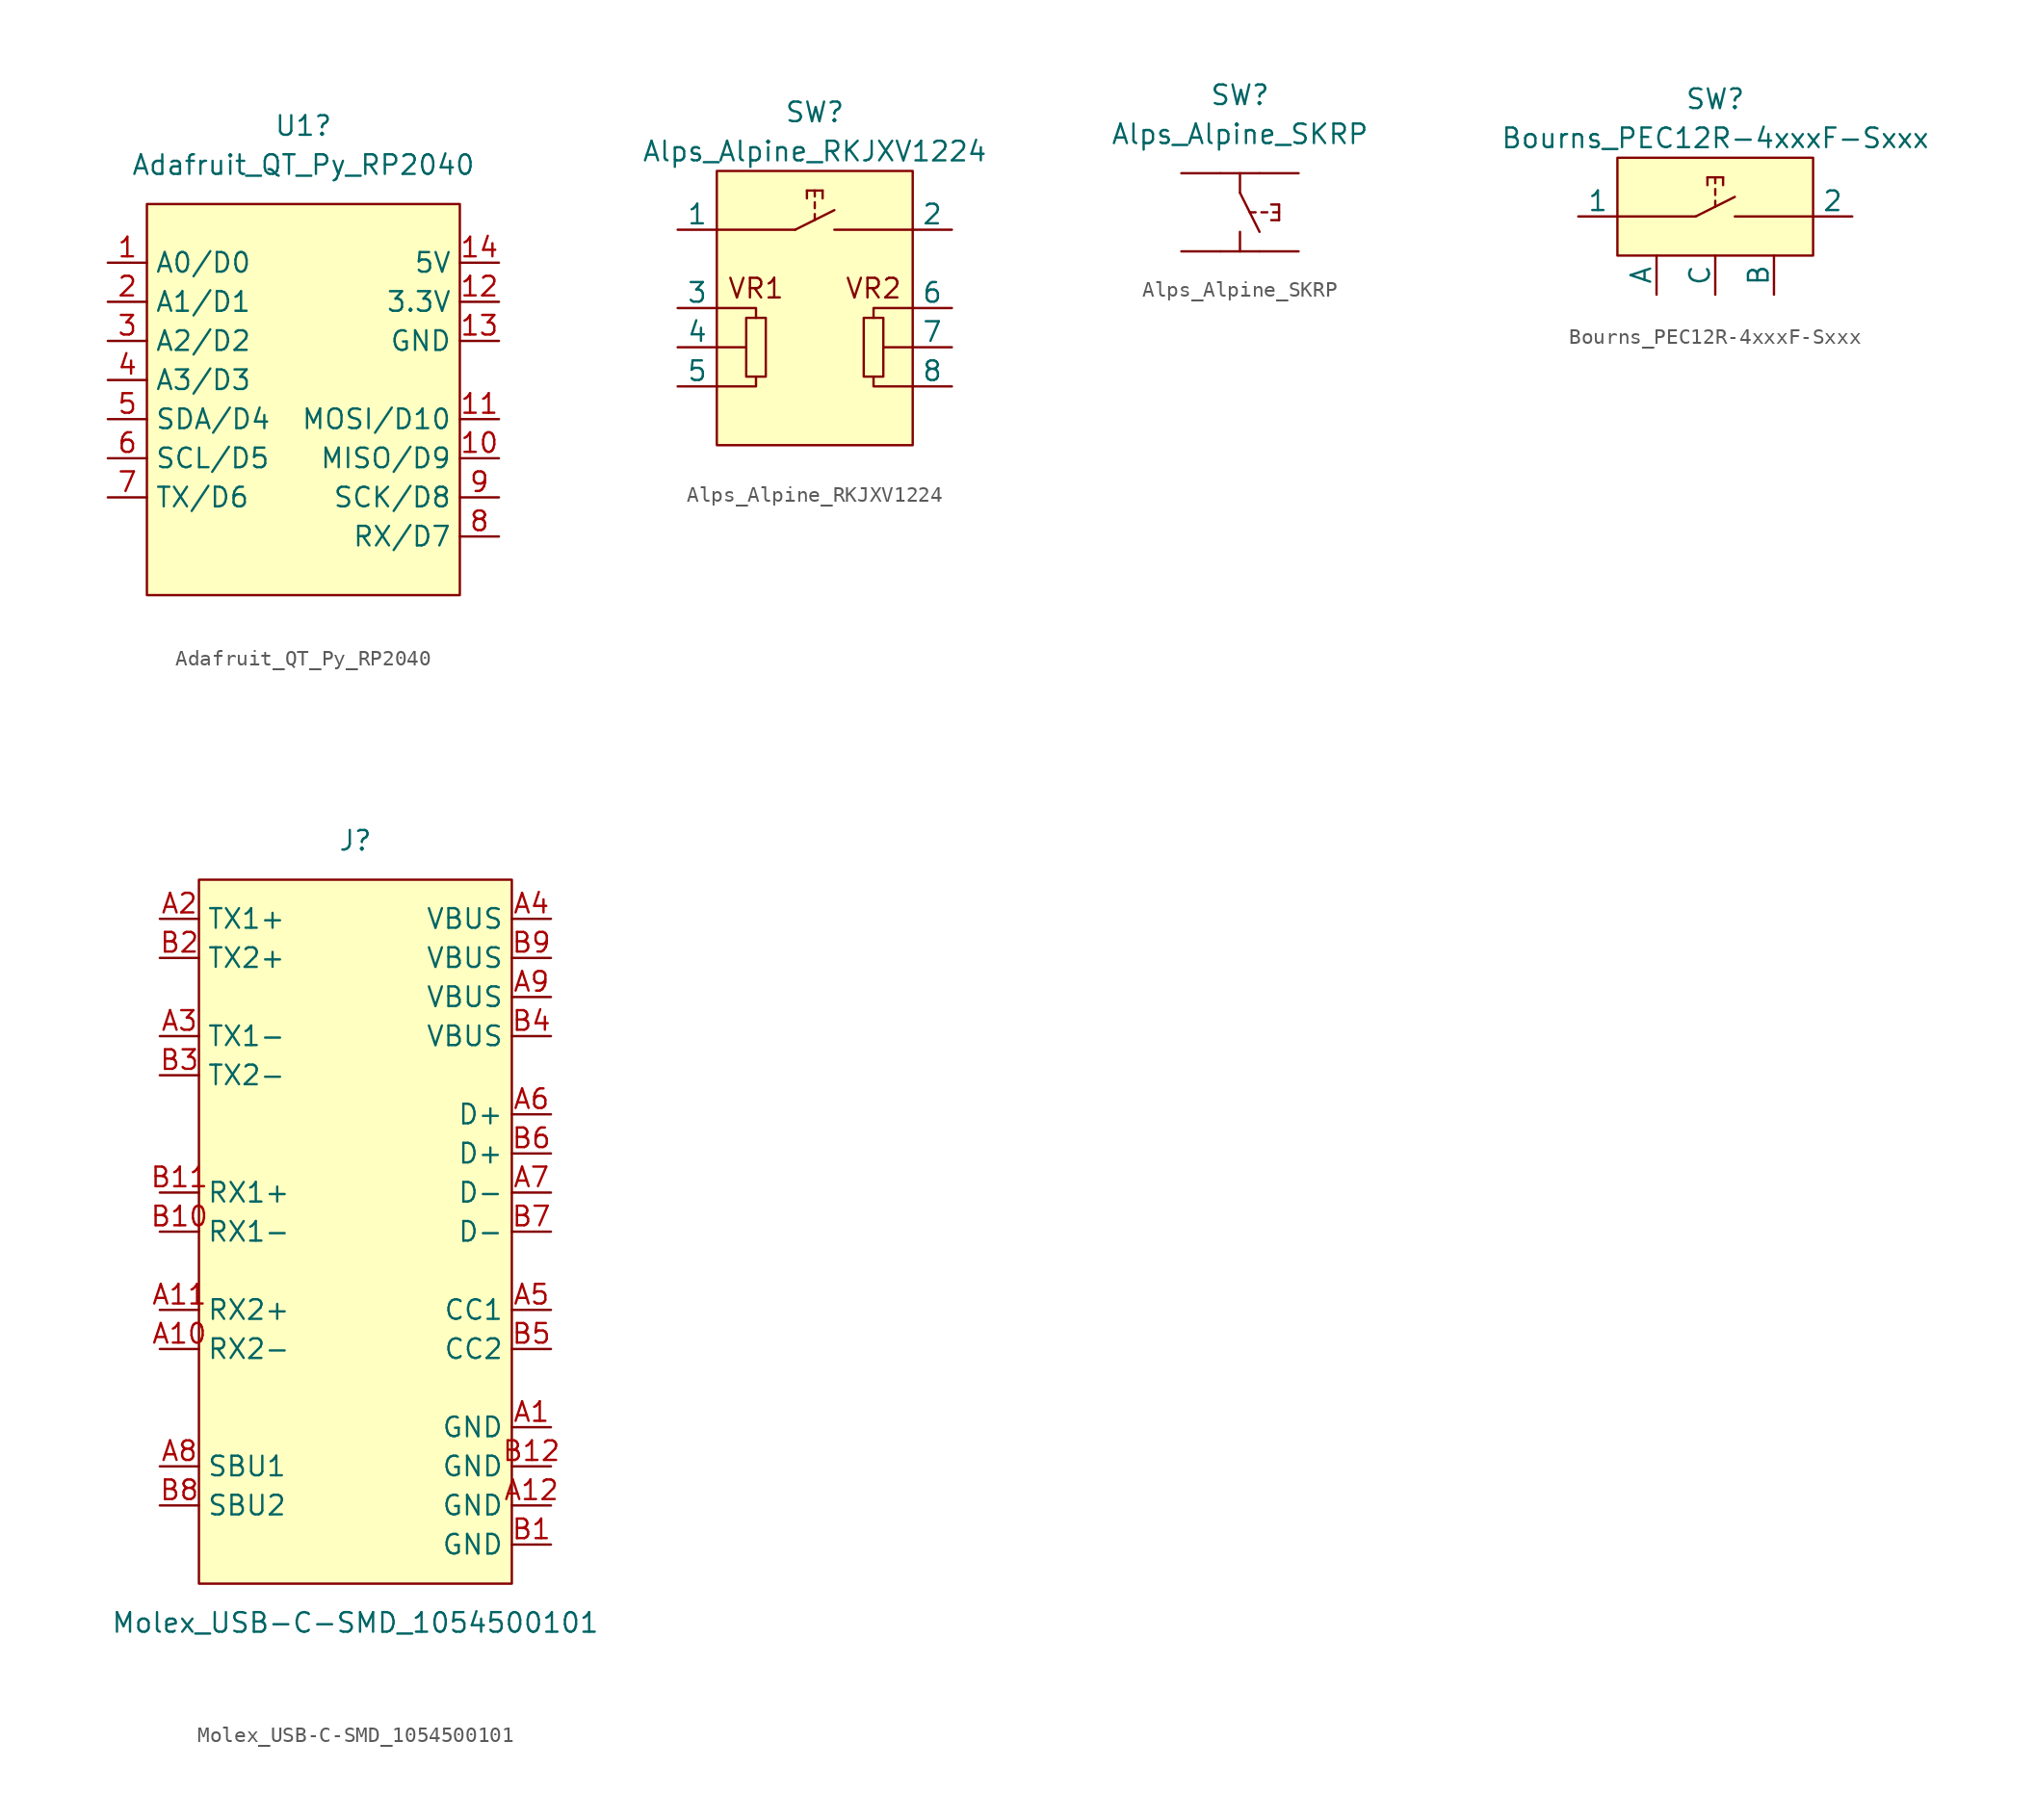
<source format=kicad_sym>
(kicad_symbol_lib
  (version 20211014)
  (generator kicad_symbol_editor)
  (symbol "Adafruit_QT_Py_RP2040"
    (property "Reference" "U1"
      (at 0 16.51 0)
      (effects (font (size 1.27 1.27))))
    (property "Value" "Adafruit_QT_Py_RP2040"
      (at 0 13.97 0)
      (effects (font (size 1.27 1.27))))
    (symbol "Adafruit_QT_Py_RP2040_0_1"
      (rectangle (start -10.16 11.43) (end 10.16 -13.97) (stroke (width 0) (type default) (color 0 0 0 0)) (fill (type background))))
    (symbol "Adafruit_QT_Py_RP2040_1_1"
      (pin bidirectional line (at -12.7 7.62 0) (length 2.54) (name "A0/D0" (effects (font (size 1.27 1.27)))) (number "1" (effects (font (size 1.27 1.27)))))
      (pin bidirectional line (at 12.7 -5.08 180) (length 2.54) (name "MISO/D9" (effects (font (size 1.27 1.27)))) (number "10" (effects (font (size 1.27 1.27)))))
      (pin bidirectional line (at 12.7 -2.54 180) (length 2.54) (name "MOSI/D10" (effects (font (size 1.27 1.27)))) (number "11" (effects (font (size 1.27 1.27)))))
      (pin power_out line (at 12.7 5.08 180) (length 2.54) (name "3.3V" (effects (font (size 1.27 1.27)))) (number "12" (effects (font (size 1.27 1.27)))))
      (pin power_out line (at 12.7 2.54 180) (length 2.54) (name "GND" (effects (font (size 1.27 1.27)))) (number "13" (effects (font (size 1.27 1.27)))))
      (pin power_out line (at 12.7 7.62 180) (length 2.54) (name "5V" (effects (font (size 1.27 1.27)))) (number "14" (effects (font (size 1.27 1.27)))))
      (pin bidirectional line (at -12.7 5.08 0) (length 2.54) (name "A1/D1" (effects (font (size 1.27 1.27)))) (number "2" (effects (font (size 1.27 1.27)))))
      (pin bidirectional line (at -12.7 2.54 0) (length 2.54) (name "A2/D2" (effects (font (size 1.27 1.27)))) (number "3" (effects (font (size 1.27 1.27)))))
      (pin bidirectional line (at -12.7 0 0) (length 2.54) (name "A3/D3" (effects (font (size 1.27 1.27)))) (number "4" (effects (font (size 1.27 1.27)))))
      (pin bidirectional line (at -12.7 -2.54 0) (length 2.54) (name "SDA/D4" (effects (font (size 1.27 1.27)))) (number "5" (effects (font (size 1.27 1.27)))))
      (pin bidirectional line (at -12.7 -5.08 0) (length 2.54) (name "SCL/D5" (effects (font (size 1.27 1.27)))) (number "6" (effects (font (size 1.27 1.27)))))
      (pin bidirectional line (at -12.7 -7.62 0) (length 2.54) (name "TX/D6" (effects (font (size 1.27 1.27)))) (number "7" (effects (font (size 1.27 1.27)))))
      (pin bidirectional line (at 12.7 -10.16 180) (length 2.54) (name "RX/D7" (effects (font (size 1.27 1.27)))) (number "8" (effects (font (size 1.27 1.27)))))
      (pin bidirectional line (at 12.7 -7.62 180) (length 2.54) (name "SCK/D8" (effects (font (size 1.27 1.27)))) (number "9" (effects (font (size 1.27 1.27)))))))
  (symbol "Alps_Alpine_RKJXV1224"
    (pin_numbers hide)
    (pin_names
      (offset 0))
    (property "Reference" "SW"
      (at 0 12.7 0)
      (effects (font (size 1.27 1.27))))
    (property "Value" "Alps_Alpine_RKJXV1224"
      (at 0 10.16 0)
      (effects (font (size 1.27 1.27))))
    (symbol "Alps_Alpine_RKJXV1224_0_0"
      (polyline (pts (xy -1.27 5.08) (xy 1.27 6.35)) (stroke (width 0) (type default) (color 0 0 0 0)) (fill (type none)))
      (polyline (pts (xy -0.508 7.112) (xy -0.508 7.62)) (stroke (width 0) (type default) (color 0 0 0 0)) (fill (type none)))
      (polyline (pts (xy -0.508 7.62) (xy 0.508 7.62)) (stroke (width 0) (type default) (color 0 0 0 0)) (fill (type none)))
      (polyline (pts (xy 0 5.715) (xy 0 6.096)) (stroke (width 0) (type default) (color 0 0 0 0)) (fill (type none)))
      (polyline (pts (xy 0 6.477) (xy 0 6.858)) (stroke (width 0) (type default) (color 0 0 0 0)) (fill (type none)))
      (polyline (pts (xy 0 7.239) (xy 0 7.62)) (stroke (width 0) (type default) (color 0 0 0 0)) (fill (type none)))
      (polyline (pts (xy 0.508 7.112) (xy 0.508 7.62)) (stroke (width 0) (type default) (color 0 0 0 0)) (fill (type none)))
      (text "VR1" (at -3.81 1.27 0) (effects (font (size 1.27 1.27))))
      (text "VR2" (at 3.81 1.27 0) (effects (font (size 1.27 1.27)))))
    (symbol "Alps_Alpine_RKJXV1224_0_1"
      (rectangle (start -6.35 8.89) (end 6.35 -8.89) (stroke (width 0) (type default) (color 0 0 0 0)) (fill (type background)))
      (rectangle (start -4.445 -0.635) (end -3.175 -4.445) (stroke (width 0) (type default) (color 0 0 0 0)) (fill (type none)))
      (polyline (pts (xy -6.35 -2.54) (xy -4.445 -2.54)) (stroke (width 0) (type default) (color 0 0 0 0)) (fill (type none)))
      (polyline (pts (xy -6.35 5.08) (xy -1.27 5.08)) (stroke (width 0) (type default) (color 0 0 0 0)) (fill (type none)))
      (polyline (pts (xy 1.27 5.08) (xy 6.35 5.08)) (stroke (width 0) (type default) (color 0 0 0 0)) (fill (type none)))
      (polyline (pts (xy 4.445 -2.54) (xy 6.35 -2.54)) (stroke (width 0) (type default) (color 0 0 0 0)) (fill (type none)))
      (polyline (pts (xy -6.35 0) (xy -3.81 0) (xy -3.81 -0.635)) (stroke (width 0) (type default) (color 0 0 0 0)) (fill (type none)))
      (polyline (pts (xy -3.81 -4.445) (xy -3.81 -5.08) (xy -6.35 -5.08)) (stroke (width 0) (type default) (color 0 0 0 0)) (fill (type none)))
      (polyline (pts (xy 3.81 -4.445) (xy 3.81 -5.08) (xy 6.35 -5.08)) (stroke (width 0) (type default) (color 0 0 0 0)) (fill (type none)))
      (polyline (pts (xy 3.81 -0.635) (xy 3.81 0) (xy 6.35 0)) (stroke (width 0) (type default) (color 0 0 0 0)) (fill (type none)))
      (rectangle (start 3.175 -0.635) (end 4.445 -4.445) (stroke (width 0) (type default) (color 0 0 0 0)) (fill (type none)))
      (pin passive line (at -8.89 5.08 0) (length 2.54) (name "1" (effects (font (size 1.27 1.27)))) (number "1" (effects (font (size 1.27 1.27)))))
      (pin passive line (at 8.89 5.08 180) (length 2.54) (name "2" (effects (font (size 1.27 1.27)))) (number "2" (effects (font (size 1.27 1.27)))))
      (pin power_in line (at -8.89 0 0) (length 2.54) (name "3" (effects (font (size 1.27 1.27)))) (number "3" (effects (font (size 1.27 1.27)))))
      (pin output line (at -8.89 -2.54 0) (length 2.54) (name "4" (effects (font (size 1.27 1.27)))) (number "4" (effects (font (size 1.27 1.27)))))
      (pin power_in line (at -8.89 -5.08 0) (length 2.54) (name "5" (effects (font (size 1.27 1.27)))) (number "5" (effects (font (size 1.27 1.27)))))
      (pin power_in line (at 8.89 0 180) (length 2.54) (name "6" (effects (font (size 1.27 1.27)))) (number "6" (effects (font (size 1.27 1.27)))))
      (pin output line (at 8.89 -2.54 180) (length 2.54) (name "7" (effects (font (size 1.27 1.27)))) (number "7" (effects (font (size 1.27 1.27)))))
      (pin power_in line (at 8.89 -5.08 180) (length 2.54) (name "8" (effects (font (size 1.27 1.27)))) (number "8" (effects (font (size 1.27 1.27)))))))
  (symbol "Alps_Alpine_SKRP"
    (pin_numbers hide)
    (pin_names
      (offset 0) hide)
    (property "Reference" "SW"
      (at 0 7.62 0)
      (effects (font (size 1.27 1.27))))
    (property "Value" "Alps_Alpine_SKRP"
      (at 0 5.08 0)
      (effects (font (size 1.27 1.27))))
    (symbol "Alps_Alpine_SKRP_0_0"
      (polyline (pts (xy 0 1.27) (xy 1.27 -1.27)) (stroke (width 0) (type default) (color 0 0 0 0)) (fill (type none)))
      (polyline (pts (xy 0.635 0) (xy 1.016 0)) (stroke (width 0) (type default) (color 0 0 0 0)) (fill (type none)))
      (polyline (pts (xy 1.397 0) (xy 1.778 0)) (stroke (width 0) (type default) (color 0 0 0 0)) (fill (type none)))
      (polyline (pts (xy 2.032 -0.508) (xy 2.54 -0.508)) (stroke (width 0) (type default) (color 0 0 0 0)) (fill (type none)))
      (polyline (pts (xy 2.032 0.508) (xy 2.54 0.508)) (stroke (width 0) (type default) (color 0 0 0 0)) (fill (type none)))
      (polyline (pts (xy 2.159 0) (xy 2.54 0)) (stroke (width 0) (type default) (color 0 0 0 0)) (fill (type none)))
      (polyline (pts (xy 2.54 0.508) (xy 2.54 -0.508)) (stroke (width 0) (type default) (color 0 0 0 0)) (fill (type none))))
    (symbol "Alps_Alpine_SKRP_0_1"
      (polyline (pts (xy -1.27 -2.54) (xy 1.27 -2.54)) (stroke (width 0) (type default) (color 0 0 0 0)) (fill (type none)))
      (polyline (pts (xy 0 -1.27) (xy 0 -2.54)) (stroke (width 0) (type default) (color 0 0 0 0)) (fill (type none)))
      (polyline (pts (xy 0 2.54) (xy 0 1.27)) (stroke (width 0) (type default) (color 0 0 0 0)) (fill (type none)))
      (polyline (pts (xy 1.27 2.54) (xy -1.27 2.54)) (stroke (width 0) (type default) (color 0 0 0 0)) (fill (type none)))
      (pin passive line (at -3.81 2.54 0) (length 2.54) (name "1" (effects (font (size 1.27 1.27)))) (number "1" (effects (font (size 1.27 1.27)))))
      (pin passive line (at 3.81 2.54 180) (length 2.54) (name "2" (effects (font (size 1.27 1.27)))) (number "2" (effects (font (size 1.27 1.27)))))
      (pin passive line (at -3.81 -2.54 0) (length 2.54) (name "3" (effects (font (size 1.27 1.27)))) (number "3" (effects (font (size 1.27 1.27)))))
      (pin passive line (at 3.81 -2.54 180) (length 2.54) (name "4" (effects (font (size 1.27 1.27)))) (number "4" (effects (font (size 1.27 1.27)))))))
  (symbol "Bourns_PEC12R-4xxxF-Sxxx"
    (pin_numbers hide)
    (pin_names
      (offset 0))
    (property "Reference" "SW"
      (at 0 7.62 0)
      (effects (font (size 1.27 1.27))))
    (property "Value" "Bourns_PEC12R-4xxxF-Sxxx"
      (at 0 5.08 0)
      (effects (font (size 1.27 1.27))))
    (symbol "Bourns_PEC12R-4xxxF-Sxxx_0_0"
      (polyline (pts (xy -1.27 0) (xy 1.27 1.27)) (stroke (width 0) (type default) (color 0 0 0 0)) (fill (type none)))
      (polyline (pts (xy -0.508 2.032) (xy -0.508 2.54)) (stroke (width 0) (type default) (color 0 0 0 0)) (fill (type none)))
      (polyline (pts (xy -0.508 2.54) (xy 0.508 2.54)) (stroke (width 0) (type default) (color 0 0 0 0)) (fill (type none)))
      (polyline (pts (xy 0 0.635) (xy 0 1.016)) (stroke (width 0) (type default) (color 0 0 0 0)) (fill (type none)))
      (polyline (pts (xy 0 1.397) (xy 0 1.778)) (stroke (width 0) (type default) (color 0 0 0 0)) (fill (type none)))
      (polyline (pts (xy 0 2.159) (xy 0 2.54)) (stroke (width 0) (type default) (color 0 0 0 0)) (fill (type none)))
      (polyline (pts (xy 0.508 2.032) (xy 0.508 2.54)) (stroke (width 0) (type default) (color 0 0 0 0)) (fill (type none))))
    (symbol "Bourns_PEC12R-4xxxF-Sxxx_0_1"
      (rectangle (start -6.35 3.81) (end 6.35 -2.54) (stroke (width 0) (type default) (color 0 0 0 0)) (fill (type background)))
      (polyline (pts (xy -6.35 0) (xy -1.27 0)) (stroke (width 0) (type default) (color 0 0 0 0)) (fill (type none)))
      (polyline (pts (xy 1.27 0) (xy 6.35 0)) (stroke (width 0) (type default) (color 0 0 0 0)) (fill (type none)))
      (pin passive line (at -8.89 0 0) (length 2.54) (name "1" (effects (font (size 1.27 1.27)))) (number "1" (effects (font (size 1.27 1.27)))))
      (pin passive line (at 8.89 0 180) (length 2.54) (name "2" (effects (font (size 1.27 1.27)))) (number "2" (effects (font (size 1.27 1.27))))))
    (symbol "Bourns_PEC12R-4xxxF-Sxxx_1_1"
      (pin output line (at -3.81 -5.08 90) (length 2.54) (name "A" (effects (font (size 1.27 1.27)))) (number "3" (effects (font (size 1.27 1.27)))))
      (pin power_in line (at 0 -5.08 90) (length 2.54) (name "C" (effects (font (size 1.27 1.27)))) (number "4" (effects (font (size 1.27 1.27)))))
      (pin output line (at 3.81 -5.08 90) (length 2.54) (name "B" (effects (font (size 1.27 1.27)))) (number "5" (effects (font (size 1.27 1.27)))))))
  (symbol "Molex_USB-C-SMD_1054500101"
    (property "Reference" "J"
      (at 0 25.4 0)
      (effects (font (size 1.27 1.27))))
    (property "Value" "Molex_USB-C-SMD_1054500101"
      (at 0 -25.4 0)
      (effects (font (size 1.27 1.27))))
    (symbol "Molex_USB-C-SMD_1054500101_0_1"
      (rectangle (start -10.16 22.86) (end 10.16 -22.86) (stroke (width 0) (type default) (color 0 0 0 0)) (fill (type background))))
    (symbol "Molex_USB-C-SMD_1054500101_1_1"
      (pin power_out line (at 12.7 -12.7 180) (length 2.54) (name "GND" (effects (font (size 1.27 1.27)))) (number "A1" (effects (font (size 1.27 1.27)))))
      (pin passive line (at -12.7 -7.62 0) (length 2.54) (name "RX2-" (effects (font (size 1.27 1.27)))) (number "A10" (effects (font (size 1.27 1.27)))))
      (pin passive line (at -12.7 -5.08 0) (length 2.54) (name "RX2+" (effects (font (size 1.27 1.27)))) (number "A11" (effects (font (size 1.27 1.27)))))
      (pin power_out line (at 12.7 -17.78 180) (length 2.54) (name "GND" (effects (font (size 1.27 1.27)))) (number "A12" (effects (font (size 1.27 1.27)))))
      (pin passive line (at -12.7 20.32 0) (length 2.54) (name "TX1+" (effects (font (size 1.27 1.27)))) (number "A2" (effects (font (size 1.27 1.27)))))
      (pin passive line (at -12.7 12.7 0) (length 2.54) (name "TX1-" (effects (font (size 1.27 1.27)))) (number "A3" (effects (font (size 1.27 1.27)))))
      (pin power_out line (at 12.7 20.32 180) (length 2.54) (name "VBUS" (effects (font (size 1.27 1.27)))) (number "A4" (effects (font (size 1.27 1.27)))))
      (pin passive line (at 12.7 -5.08 180) (length 2.54) (name "CC1" (effects (font (size 1.27 1.27)))) (number "A5" (effects (font (size 1.27 1.27)))))
      (pin passive line (at 12.7 7.62 180) (length 2.54) (name "D+" (effects (font (size 1.27 1.27)))) (number "A6" (effects (font (size 1.27 1.27)))))
      (pin passive line (at 12.7 2.54 180) (length 2.54) (name "D-" (effects (font (size 1.27 1.27)))) (number "A7" (effects (font (size 1.27 1.27)))))
      (pin passive line (at -12.7 -15.24 0) (length 2.54) (name "SBU1" (effects (font (size 1.27 1.27)))) (number "A8" (effects (font (size 1.27 1.27)))))
      (pin power_out line (at 12.7 15.24 180) (length 2.54) (name "VBUS" (effects (font (size 1.27 1.27)))) (number "A9" (effects (font (size 1.27 1.27)))))
      (pin power_out line (at 12.7 -20.32 180) (length 2.54) (name "GND" (effects (font (size 1.27 1.27)))) (number "B1" (effects (font (size 1.27 1.27)))))
      (pin passive line (at -12.7 0 0) (length 2.54) (name "RX1-" (effects (font (size 1.27 1.27)))) (number "B10" (effects (font (size 1.27 1.27)))))
      (pin passive line (at -12.7 2.54 0) (length 2.54) (name "RX1+" (effects (font (size 1.27 1.27)))) (number "B11" (effects (font (size 1.27 1.27)))))
      (pin power_out line (at 12.7 -15.24 180) (length 2.54) (name "GND" (effects (font (size 1.27 1.27)))) (number "B12" (effects (font (size 1.27 1.27)))))
      (pin passive line (at -12.7 17.78 0) (length 2.54) (name "TX2+" (effects (font (size 1.27 1.27)))) (number "B2" (effects (font (size 1.27 1.27)))))
      (pin passive line (at -12.7 10.16 0) (length 2.54) (name "TX2-" (effects (font (size 1.27 1.27)))) (number "B3" (effects (font (size 1.27 1.27)))))
      (pin power_out line (at 12.7 12.7 180) (length 2.54) (name "VBUS" (effects (font (size 1.27 1.27)))) (number "B4" (effects (font (size 1.27 1.27)))))
      (pin passive line (at 12.7 -7.62 180) (length 2.54) (name "CC2" (effects (font (size 1.27 1.27)))) (number "B5" (effects (font (size 1.27 1.27)))))
      (pin passive line (at 12.7 5.08 180) (length 2.54) (name "D+" (effects (font (size 1.27 1.27)))) (number "B6" (effects (font (size 1.27 1.27)))))
      (pin passive line (at 12.7 0 180) (length 2.54) (name "D-" (effects (font (size 1.27 1.27)))) (number "B7" (effects (font (size 1.27 1.27)))))
      (pin passive line (at -12.7 -17.78 0) (length 2.54) (name "SBU2" (effects (font (size 1.27 1.27)))) (number "B8" (effects (font (size 1.27 1.27)))))
      (pin power_out line (at 12.7 17.78 180) (length 2.54) (name "VBUS" (effects (font (size 1.27 1.27)))) (number "B9" (effects (font (size 1.27 1.27))))))))
</source>
